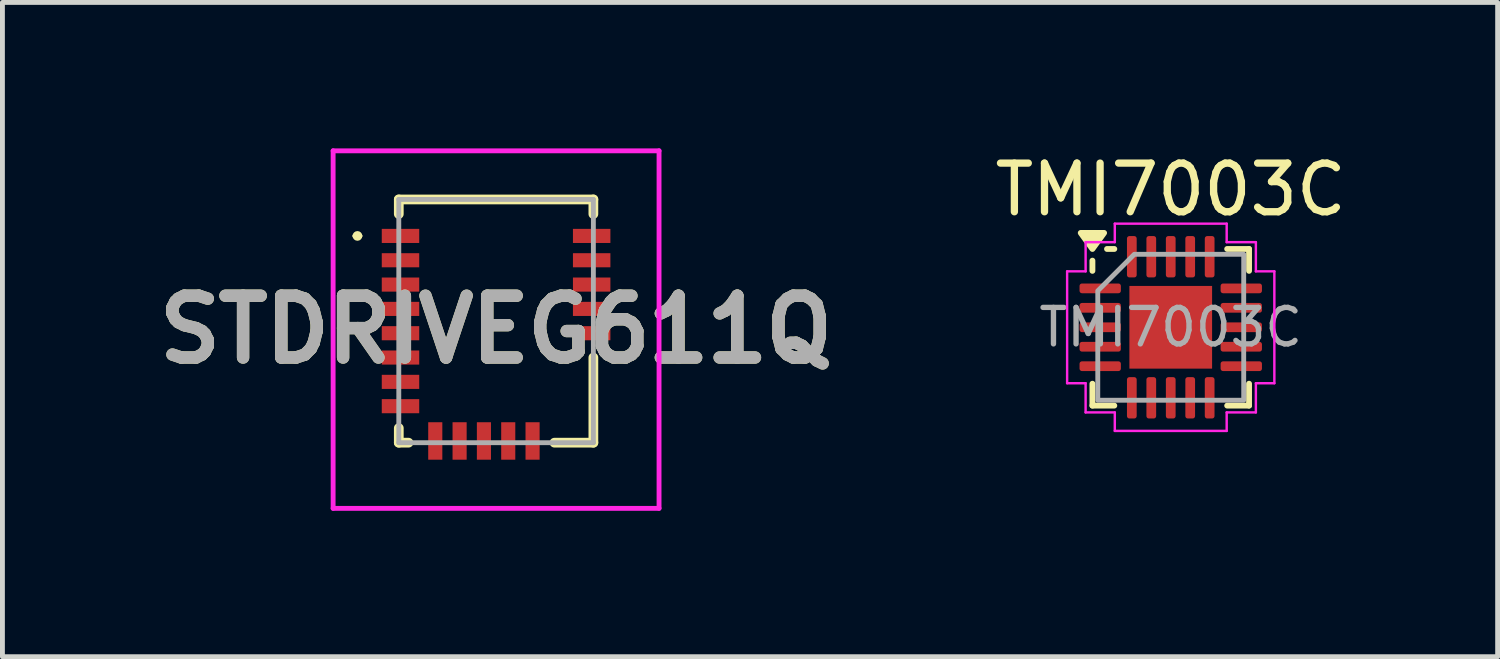
<source format=kicad_pcb>
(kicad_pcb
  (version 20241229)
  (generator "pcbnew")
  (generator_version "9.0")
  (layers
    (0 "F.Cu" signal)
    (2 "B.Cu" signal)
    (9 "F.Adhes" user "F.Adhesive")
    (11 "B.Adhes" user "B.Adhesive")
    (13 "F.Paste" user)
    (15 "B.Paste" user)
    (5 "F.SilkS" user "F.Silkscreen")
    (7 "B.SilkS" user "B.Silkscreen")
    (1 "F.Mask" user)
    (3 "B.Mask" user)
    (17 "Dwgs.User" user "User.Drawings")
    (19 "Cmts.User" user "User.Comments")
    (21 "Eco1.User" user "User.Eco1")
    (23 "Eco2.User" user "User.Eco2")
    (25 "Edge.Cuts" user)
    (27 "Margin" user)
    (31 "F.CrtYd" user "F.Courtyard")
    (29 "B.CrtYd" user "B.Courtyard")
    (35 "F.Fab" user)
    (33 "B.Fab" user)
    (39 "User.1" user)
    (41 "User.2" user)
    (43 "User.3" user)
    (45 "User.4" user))
  (footprint "TMI7003C"
    (layer "F.Cu")
    (at 21.017 3.678)
    (property "Reference" "TMI7003C" (at 0 -2.83 0) (layer "F.SilkS") (effects (font (size 1 1) (thickness 0.15))))
    (attr smd)
    (fp_line (start -1.61 -1.16) (end -1.61 -1.37) (stroke (width 0.12) (type solid)) (layer "F.SilkS"))
    (fp_line (start -1.61 1.61) (end -1.61 1.16) (stroke (width 0.12) (type solid)) (layer "F.SilkS"))
    (fp_line (start -1.16 -1.61) (end -1.31 -1.61) (stroke (width 0.12) (type solid)) (layer "F.SilkS"))
    (fp_line (start -1.16 1.61) (end -1.61 1.61) (stroke (width 0.12) (type solid)) (layer "F.SilkS"))
    (fp_line (start 1.16 -1.61) (end 1.61 -1.61) (stroke (width 0.12) (type solid)) (layer "F.SilkS"))
    (fp_line (start 1.16 1.61) (end 1.61 1.61) (stroke (width 0.12) (type solid)) (layer "F.SilkS"))
    (fp_line (start 1.61 -1.61) (end 1.61 -1.16) (stroke (width 0.12) (type solid)) (layer "F.SilkS"))
    (fp_line (start 1.61 1.61) (end 1.61 1.16) (stroke (width 0.12) (type solid)) (layer "F.SilkS"))
    (fp_poly (pts (xy -1.61 -1.61) (xy -1.85 -1.94) (xy -1.37 -1.94)) (stroke (width 0.12) (type solid)) (fill yes) (layer "F.SilkS"))
    (fp_line (start -2.13 -1.15) (end -1.75 -1.15) (stroke (width 0.05) (type solid)) (layer "F.CrtYd"))
    (fp_line (start -2.13 1.15) (end -2.13 -1.15) (stroke (width 0.05) (type solid)) (layer "F.CrtYd"))
    (fp_line (start -1.75 -1.75) (end -1.15 -1.75) (stroke (width 0.05) (type solid)) (layer "F.CrtYd"))
    (fp_line (start -1.75 -1.15) (end -1.75 -1.75) (stroke (width 0.05) (type solid)) (layer "F.CrtYd"))
    (fp_line (start -1.75 1.15) (end -2.13 1.15) (stroke (width 0.05) (type solid)) (layer "F.CrtYd"))
    (fp_line (start -1.75 1.75) (end -1.75 1.15) (stroke (width 0.05) (type solid)) (layer "F.CrtYd"))
    (fp_line (start -1.15 -2.13) (end 1.15 -2.13) (stroke (width 0.05) (type solid)) (layer "F.CrtYd"))
    (fp_line (start -1.15 -1.75) (end -1.15 -2.13) (stroke (width 0.05) (type solid)) (layer "F.CrtYd"))
    (fp_line (start -1.15 1.75) (end -1.75 1.75) (stroke (width 0.05) (type solid)) (layer "F.CrtYd"))
    (fp_line (start -1.15 2.13) (end -1.15 1.75) (stroke (width 0.05) (type solid)) (layer "F.CrtYd"))
    (fp_line (start 1.15 -2.13) (end 1.15 -1.75) (stroke (width 0.05) (type solid)) (layer "F.CrtYd"))
    (fp_line (start 1.15 -1.75) (end 1.75 -1.75) (stroke (width 0.05) (type solid)) (layer "F.CrtYd"))
    (fp_line (start 1.15 1.75) (end 1.15 2.13) (stroke (width 0.05) (type solid)) (layer "F.CrtYd"))
    (fp_line (start 1.15 2.13) (end -1.15 2.13) (stroke (width 0.05) (type solid)) (layer "F.CrtYd"))
    (fp_line (start 1.75 -1.75) (end 1.75 -1.15) (stroke (width 0.05) (type solid)) (layer "F.CrtYd"))
    (fp_line (start 1.75 -1.15) (end 2.13 -1.15) (stroke (width 0.05) (type solid)) (layer "F.CrtYd"))
    (fp_line (start 1.75 1.15) (end 1.75 1.75) (stroke (width 0.05) (type solid)) (layer "F.CrtYd"))
    (fp_line (start 1.75 1.75) (end 1.15 1.75) (stroke (width 0.05) (type solid)) (layer "F.CrtYd"))
    (fp_line (start 2.13 -1.15) (end 2.13 1.15) (stroke (width 0.05) (type solid)) (layer "F.CrtYd"))
    (fp_line (start 2.13 1.15) (end 1.75 1.15) (stroke (width 0.05) (type solid)) (layer "F.CrtYd"))
    (fp_poly (pts (xy -1.5 -0.75) (xy -1.5 1.5) (xy 1.5 1.5) (xy 1.5 -1.5) (xy -0.75 -1.5)) (stroke (width 0.1) (type solid)) (fill no) (layer "F.Fab"))
    (fp_text user "${REFERENCE}" (at 0 0 0) (layer "F.Fab") (effects (font (size 0.75 0.75) (thickness 0.11))))
    (pad "" smd roundrect (at -0.41 -0.41) (size 0.67 0.67) (layers "F.Paste") (roundrect_rratio 0.25))
    (pad "" smd roundrect (at -0.41 0.41) (size 0.67 0.67) (layers "F.Paste") (roundrect_rratio 0.25))
    (pad "" smd roundrect (at 0.41 -0.41) (size 0.67 0.67) (layers "F.Paste") (roundrect_rratio 0.25))
    (pad "" smd roundrect (at 0.41 0.41) (size 0.67 0.67) (layers "F.Paste") (roundrect_rratio 0.25))
    (pad "1" smd roundrect (at -1.45 -0.8) (size 0.85 0.2) (layers "F.Cu" "F.Mask" "F.Paste") (roundrect_rratio 0.25))
    (pad "2" smd roundrect (at -1.45 -0.4) (size 0.85 0.2) (layers "F.Cu" "F.Mask" "F.Paste") (roundrect_rratio 0.25))
    (pad "3" smd roundrect (at -1.45 0) (size 0.85 0.2) (layers "F.Cu" "F.Mask" "F.Paste") (roundrect_rratio 0.25))
    (pad "4" smd roundrect (at -1.45 0.4) (size 0.85 0.2) (layers "F.Cu" "F.Mask" "F.Paste") (roundrect_rratio 0.25))
    (pad "5" smd roundrect (at -1.45 0.8) (size 0.85 0.2) (layers "F.Cu" "F.Mask" "F.Paste") (roundrect_rratio 0.25))
    (pad "6" smd roundrect (at -0.8 1.45) (size 0.2 0.85) (layers "F.Cu" "F.Mask" "F.Paste") (roundrect_rratio 0.25))
    (pad "7" smd roundrect (at -0.4 1.45) (size 0.2 0.85) (layers "F.Cu" "F.Mask" "F.Paste") (roundrect_rratio 0.25))
    (pad "8" smd roundrect (at 0 1.45) (size 0.2 0.85) (layers "F.Cu" "F.Mask" "F.Paste") (roundrect_rratio 0.25))
    (pad "9" smd roundrect (at 0.4 1.45) (size 0.2 0.85) (layers "F.Cu" "F.Mask" "F.Paste") (roundrect_rratio 0.25))
    (pad "10" smd roundrect (at 0.8 1.45) (size 0.2 0.85) (layers "F.Cu" "F.Mask" "F.Paste") (roundrect_rratio 0.25))
    (pad "11" smd roundrect (at 1.45 0.8) (size 0.85 0.2) (layers "F.Cu" "F.Mask" "F.Paste") (roundrect_rratio 0.25))
    (pad "12" smd roundrect (at 1.45 0.4) (size 0.85 0.2) (layers "F.Cu" "F.Mask" "F.Paste") (roundrect_rratio 0.25))
    (pad "13" smd roundrect (at 1.45 0) (size 0.85 0.2) (layers "F.Cu" "F.Mask" "F.Paste") (roundrect_rratio 0.25))
    (pad "14" smd roundrect (at 1.45 -0.4) (size 0.85 0.2) (layers "F.Cu" "F.Mask" "F.Paste") (roundrect_rratio 0.25))
    (pad "15" smd roundrect (at 1.45 -0.8) (size 0.85 0.2) (layers "F.Cu" "F.Mask" "F.Paste") (roundrect_rratio 0.25))
    (pad "16" smd roundrect (at 0.8 -1.45) (size 0.2 0.85) (layers "F.Cu" "F.Mask" "F.Paste") (roundrect_rratio 0.25))
    (pad "17" smd roundrect (at 0.4 -1.45) (size 0.2 0.85) (layers "F.Cu" "F.Mask" "F.Paste") (roundrect_rratio 0.25))
    (pad "18" smd roundrect (at 0 -1.45) (size 0.2 0.85) (layers "F.Cu" "F.Mask" "F.Paste") (roundrect_rratio 0.25))
    (pad "19" smd roundrect (at -0.4 -1.45) (size 0.2 0.85) (layers "F.Cu" "F.Mask" "F.Paste") (roundrect_rratio 0.25))
    (pad "20" smd roundrect (at -0.8 -1.45) (size 0.2 0.85) (layers "F.Cu" "F.Mask" "F.Paste") (roundrect_rratio 0.25))
    (pad "21" smd rect (at 0 0) (size 1.7 1.7) (property pad_prop_heatsink) (layers "F.Cu" "F.Mask")))
  (footprint "STDRIVEG611Q"
    (layer "F.Cu")
    (at 7.148 3.55)
    (property "Reference" "STDRIVEG611Q" (at 0 0.175 0) (layer "F.SilkS") (effects (font (size 1.27 1.27) (thickness 0.254))))
    (attr smd)
    (fp_line (start -2.9 -1.75) (end -2.9 -1.75) (stroke (width 0.1) (type solid)) (layer "F.SilkS"))
    (fp_line (start -2.8 -1.75) (end -2.8 -1.75) (stroke (width 0.1) (type solid)) (layer "F.SilkS"))
    (fp_line (start -2 -2.5) (end 2 -2.5) (stroke (width 0.2) (type solid)) (layer "F.SilkS"))
    (fp_line (start -2 -2.2) (end -2 -2.5) (stroke (width 0.2) (type solid)) (layer "F.SilkS"))
    (fp_line (start -2 2.2) (end -2 2.5) (stroke (width 0.2) (type solid)) (layer "F.SilkS"))
    (fp_line (start -2 2.5) (end -1.8 2.5) (stroke (width 0.2) (type solid)) (layer "F.SilkS"))
    (fp_line (start 2 -2.5) (end 2 -2.2) (stroke (width 0.2) (type solid)) (layer "F.SilkS"))
    (fp_line (start 2 0.75) (end 2 2.5) (stroke (width 0.2) (type solid)) (layer "F.SilkS"))
    (fp_line (start 2 2.5) (end 1.2 2.5) (stroke (width 0.2) (type solid)) (layer "F.SilkS"))
    (fp_arc (start -2.9 -1.75) (mid -2.85 -1.8) (end -2.8 -1.75) (stroke (width 0.1) (type solid)) (layer "F.SilkS"))
    (fp_arc (start -2.8 -1.75) (mid -2.85 -1.7) (end -2.9 -1.75) (stroke (width 0.1) (type solid)) (layer "F.SilkS"))
    (fp_line (start -3.35 -3.5) (end 3.35 -3.5) (stroke (width 0.1) (type solid)) (layer "F.CrtYd"))
    (fp_line (start -3.35 3.85) (end -3.35 -3.5) (stroke (width 0.1) (type solid)) (layer "F.CrtYd"))
    (fp_line (start 3.35 -3.5) (end 3.35 3.85) (stroke (width 0.1) (type solid)) (layer "F.CrtYd"))
    (fp_line (start 3.35 3.85) (end -3.35 3.85) (stroke (width 0.1) (type solid)) (layer "F.CrtYd"))
    (fp_line (start -2 -2.5) (end 2 -2.5) (stroke (width 0.1) (type solid)) (layer "F.Fab"))
    (fp_line (start -2 2.5) (end -2 -2.5) (stroke (width 0.1) (type solid)) (layer "F.Fab"))
    (fp_line (start 2 -2.5) (end 2 2.5) (stroke (width 0.1) (type solid)) (layer "F.Fab"))
    (fp_line (start 2 2.5) (end -2 2.5) (stroke (width 0.1) (type solid)) (layer "F.Fab"))
    (fp_text user "${REFERENCE}" (at 0 0.175 0) (layer "F.Fab") (effects (font (size 1.27 1.27) (thickness 0.254))))
    (pad "1" smd rect (at -1.965 -1.75 90) (size 0.29 0.77) (layers "F.Cu" "F.Mask" "F.Paste"))
    (pad "2" smd rect (at -1.965 -1.25 90) (size 0.29 0.77) (layers "F.Cu" "F.Mask" "F.Paste"))
    (pad "3" smd rect (at -1.965 -0.75 90) (size 0.29 0.77) (layers "F.Cu" "F.Mask" "F.Paste"))
    (pad "4" smd rect (at -1.965 -0.25 90) (size 0.29 0.77) (layers "F.Cu" "F.Mask" "F.Paste"))
    (pad "5" smd rect (at -1.965 0.25 90) (size 0.29 0.77) (layers "F.Cu" "F.Mask" "F.Paste"))
    (pad "6" smd rect (at -1.965 0.75 90) (size 0.29 0.77) (layers "F.Cu" "F.Mask" "F.Paste"))
    (pad "7" smd rect (at -1.965 1.25 90) (size 0.29 0.77) (layers "F.Cu" "F.Mask" "F.Paste"))
    (pad "8" smd rect (at -1.965 1.75 90) (size 0.29 0.77) (layers "F.Cu" "F.Mask" "F.Paste"))
    (pad "9" smd rect (at -1.25 2.465) (size 0.29 0.77) (layers "F.Cu" "F.Mask" "F.Paste"))
    (pad "10" smd rect (at -0.75 2.465) (size 0.29 0.77) (layers "F.Cu" "F.Mask" "F.Paste"))
    (pad "11" smd rect (at -0.25 2.465) (size 0.29 0.77) (layers "F.Cu" "F.Mask" "F.Paste"))
    (pad "12" smd rect (at 0.25 2.465) (size 0.29 0.77) (layers "F.Cu" "F.Mask" "F.Paste"))
    (pad "13" smd rect (at 0.75 2.465) (size 0.29 0.77) (layers "F.Cu" "F.Mask" "F.Paste"))
    (pad "14" smd rect (at 1.965 0.25 90) (size 0.29 0.77) (layers "F.Cu" "F.Mask" "F.Paste"))
    (pad "15" smd rect (at 1.965 -0.25 90) (size 0.29 0.77) (layers "F.Cu" "F.Mask" "F.Paste"))
    (pad "16" smd rect (at 1.965 -0.75 90) (size 0.29 0.77) (layers "F.Cu" "F.Mask" "F.Paste"))
    (pad "17" smd rect (at 1.965 -1.25 90) (size 0.29 0.77) (layers "F.Cu" "F.Mask" "F.Paste"))
    (pad "18" smd rect (at 1.965 -1.75 90) (size 0.29 0.77) (layers "F.Cu" "F.Mask" "F.Paste")))
  (gr_rect
    (start -3 -3)
    (end 27.737 10.45)
    (stroke (width 0.1) (type default))
    (fill no)
    (layer "Edge.Cuts")))
</source>
